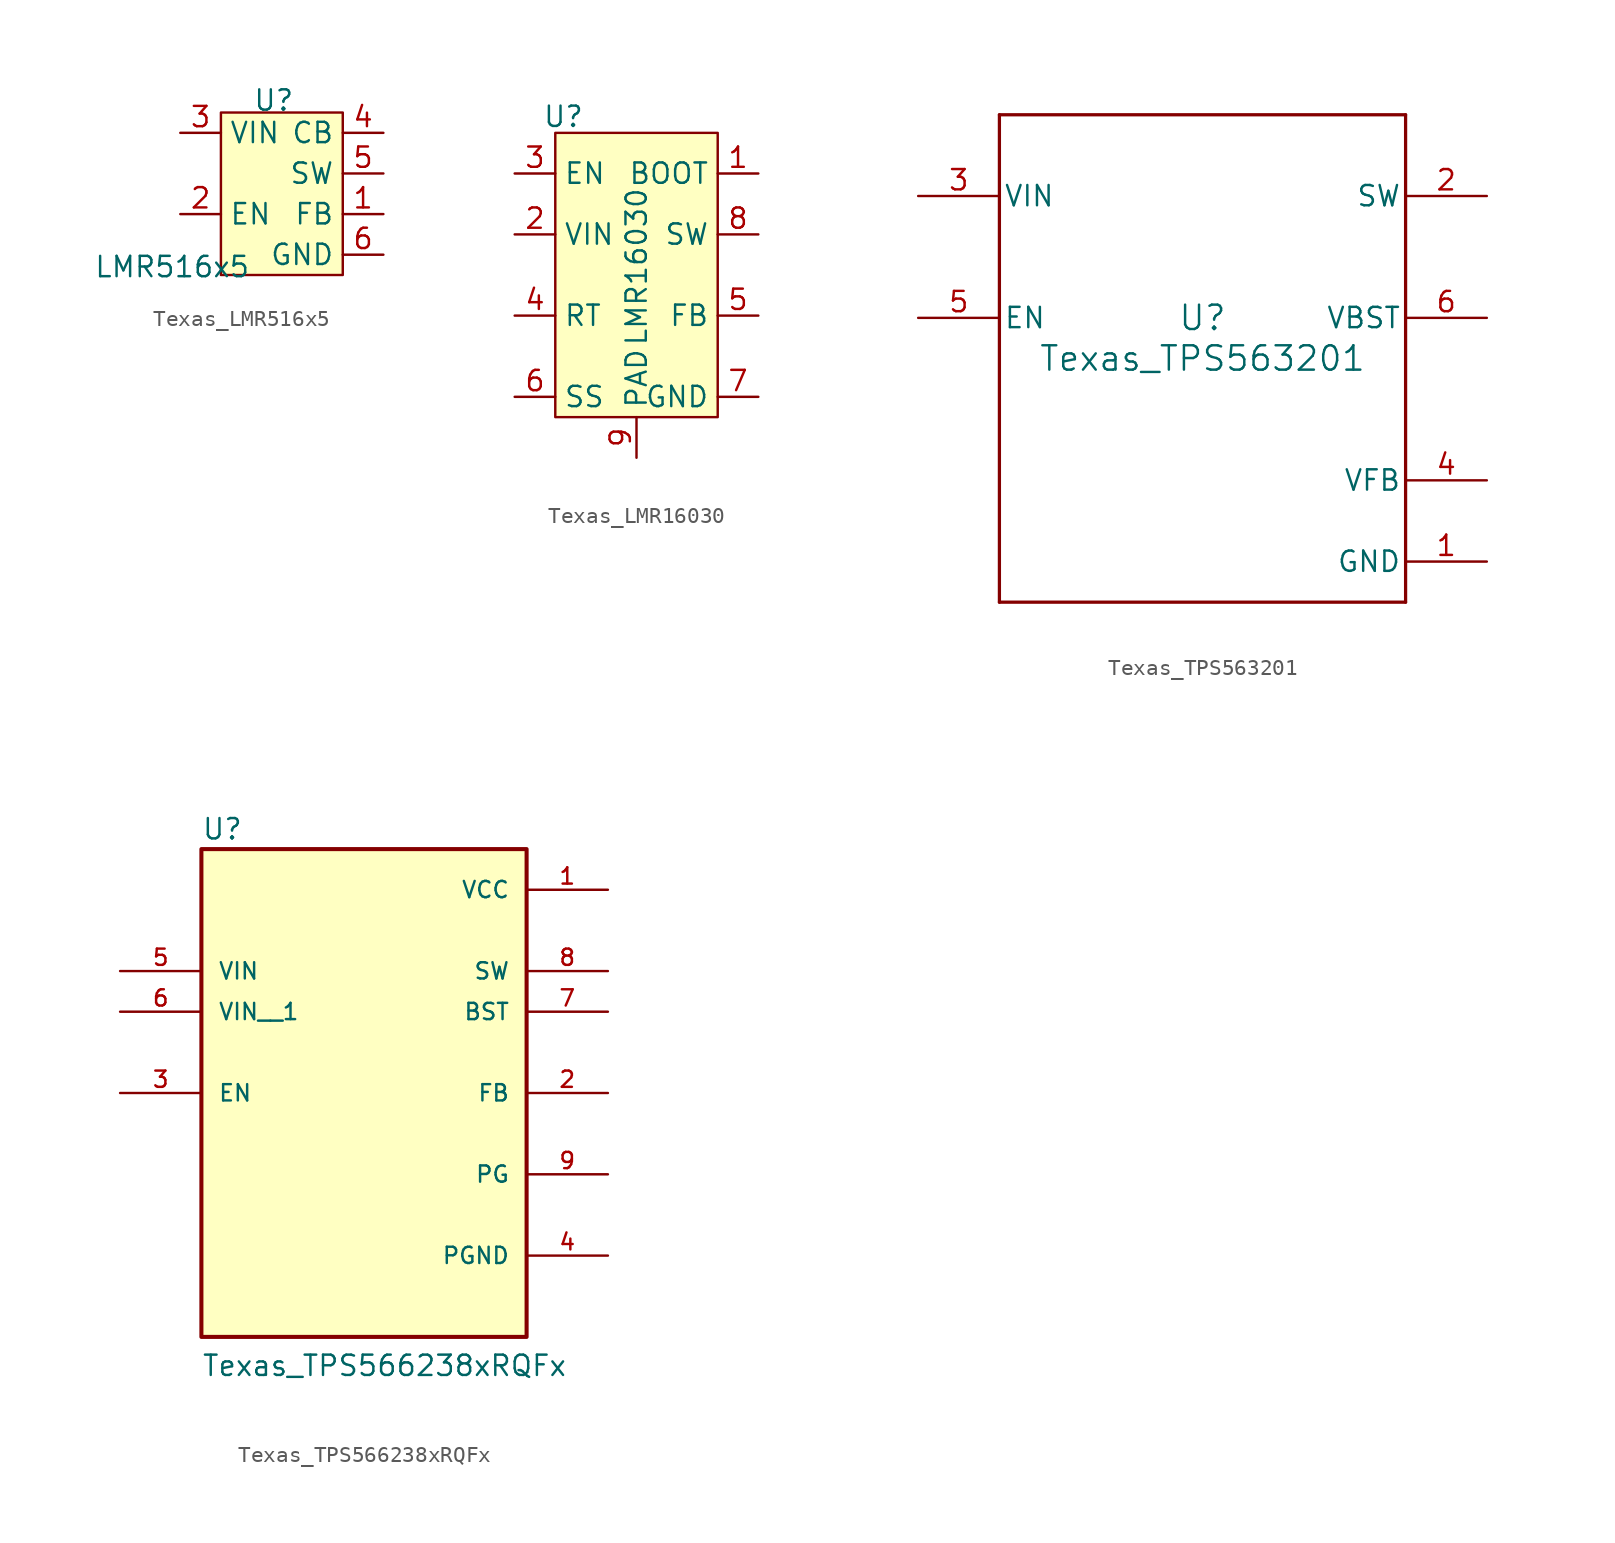
<source format=kicad_sym>
(kicad_symbol_lib
  (version 20241209)
  (generator "kicad_symbol_editor")
  (generator_version "9.0")
  (symbol "Texas_LMR516x5"
    (property "Reference" "U"
      (at -0.508 5.842 0)
      (effects (font (size 1.27 1.27))))
    (property "Value" "LMR516x5"
      (at -6.858 -4.572 0)
      (effects (font (size 1.27 1.27))))
    (symbol "Texas_LMR516x5_1_1"
      (rectangle (start -3.81 5.08) (end 3.81 -5.08) (stroke (width 0) (type solid)) (fill (type background)))
      (pin power_in line (at -6.35 3.81 0) (length 2.54) (name "VIN" (effects (font (size 1.27 1.27)))) (number "3" (effects (font (size 1.27 1.27)))))
      (pin input line (at -6.35 -1.27 0) (length 2.54) (name "EN" (effects (font (size 1.27 1.27)))) (number "2" (effects (font (size 1.27 1.27)))))
      (pin power_in line (at 6.35 3.81 180) (length 2.54) (name "CB" (effects (font (size 1.27 1.27)))) (number "4" (effects (font (size 1.27 1.27)))))
      (pin power_out line (at 6.35 1.27 180) (length 2.54) (name "SW" (effects (font (size 1.27 1.27)))) (number "5" (effects (font (size 1.27 1.27)))))
      (pin input line (at 6.35 -1.27 180) (length 2.54) (name "FB" (effects (font (size 1.27 1.27)))) (number "1" (effects (font (size 1.27 1.27)))))
      (pin power_in line (at 6.35 -3.81 180) (length 2.54) (name "GND" (effects (font (size 1.27 1.27)))) (number "6" (effects (font (size 1.27 1.27)))))))
  (symbol "Texas_LMR16030"
    (property "Reference" "U"
      (at -4.572 9.906 0)
      (effects (font (size 1.27 1.27))))
    (property "Value" "LMR16030"
      (at 0 0.508 90)
      (effects (font (size 1.27 1.27))))
    (symbol "Texas_LMR16030_1_1"
      (rectangle (start -5.08 8.89) (end 5.08 -8.89) (stroke (width 0) (type solid)) (fill (type background)))
      (pin input line (at -7.62 6.35 0) (length 2.54) (name "EN" (effects (font (size 1.27 1.27)))) (number "3" (effects (font (size 1.27 1.27)))))
      (pin power_in line (at -7.62 2.54 0) (length 2.54) (name "VIN" (effects (font (size 1.27 1.27)))) (number "2" (effects (font (size 1.27 1.27)))))
      (pin input line (at -7.62 -2.54 0) (length 2.54) (name "RT" (effects (font (size 1.27 1.27)))) (number "4" (effects (font (size 1.27 1.27)))) (alternate "SYNC" input line))
      (pin input line (at -7.62 -7.62 0) (length 2.54) (name "SS" (effects (font (size 1.27 1.27)))) (number "6" (effects (font (size 1.27 1.27)))) (alternate "PGOOD" output line))
      (pin power_out line (at 0 -11.43 90) (length 2.54) (name "PAD" (effects (font (size 1.27 1.27)))) (number "9" (effects (font (size 1.27 1.27)))))
      (pin power_in line (at 7.62 6.35 180) (length 2.54) (name "BOOT" (effects (font (size 1.27 1.27)))) (number "1" (effects (font (size 1.27 1.27)))))
      (pin power_out line (at 7.62 2.54 180) (length 2.54) (name "SW" (effects (font (size 1.27 1.27)))) (number "8" (effects (font (size 1.27 1.27)))))
      (pin input line (at 7.62 -2.54 180) (length 2.54) (name "FB" (effects (font (size 1.27 1.27)))) (number "5" (effects (font (size 1.27 1.27)))))
      (pin power_out line (at 7.62 -7.62 180) (length 2.54) (name "GND" (effects (font (size 1.27 1.27)))) (number "7" (effects (font (size 1.27 1.27)))))))
  (symbol "Texas_TPS563201"
    (pin_names
      (offset 0.254))
    (property "Reference" "U"
      (at 0 2.54 0)
      (effects (font (size 1.524 1.524))))
    (property "Value" "Texas_TPS563201"
      (at 0 0 0)
      (effects (font (size 1.524 1.524))))
    (property "ki_locked" ""
      (at 0 0 0)
      (effects (font (size 1.27 1.27))))
    (symbol "Texas_TPS563201_0_1"
      (polyline (pts (xy -12.7 15.24) (xy -12.7 -15.24)) (stroke (width 0.203) (type default)) (fill (type none)))
      (polyline (pts (xy -12.7 -15.24) (xy 12.7 -15.24)) (stroke (width 0.203) (type default)) (fill (type none)))
      (polyline (pts (xy 12.7 15.24) (xy -12.7 15.24)) (stroke (width 0.203) (type default)) (fill (type none)))
      (polyline (pts (xy 12.7 -15.24) (xy 12.7 15.24)) (stroke (width 0.203) (type default)) (fill (type none)))
      (pin power_in line (at -17.78 10.16 0) (length 5.08) (name "VIN" (effects (font (size 1.27 1.27)))) (number "3" (effects (font (size 1.27 1.27)))))
      (pin input line (at -17.78 2.54 0) (length 5.08) (name "EN" (effects (font (size 1.27 1.27)))) (number "5" (effects (font (size 1.27 1.27)))))
      (pin power_in line (at 17.78 10.16 180) (length 5.08) (name "SW" (effects (font (size 1.27 1.27)))) (number "2" (effects (font (size 1.27 1.27)))))
      (pin power_in line (at 17.78 2.54 180) (length 5.08) (name "VBST" (effects (font (size 1.27 1.27)))) (number "6" (effects (font (size 1.27 1.27)))))
      (pin input line (at 17.78 -7.62 180) (length 5.08) (name "VFB" (effects (font (size 1.27 1.27)))) (number "4" (effects (font (size 1.27 1.27)))))
      (pin power_in line (at 17.78 -12.7 180) (length 5.08) (name "GND" (effects (font (size 1.27 1.27)))) (number "1" (effects (font (size 1.27 1.27)))))))
  (symbol "Texas_TPS566238xRQFx"
    (pin_names
      (offset 1.016))
    (property "Reference" "U"
      (at -10.16 13.208 0)
      (effects (font (size 1.27 1.27)) (justify left bottom)))
    (property "Value" "Texas_TPS566238xRQFx"
      (at -10.16 -20.32 0)
      (effects (font (size 1.27 1.27)) (justify left bottom)))
    (symbol "Texas_TPS566238xRQFx_0_0"
      (rectangle (start -10.16 -17.78) (end 10.16 12.7) (stroke (width 0.254) (type default)) (fill (type background)))
      (pin input line (at -15.24 5.08 0) (length 5.08) (name "VIN" (effects (font (size 1.016 1.016)))) (number "5" (effects (font (size 1.016 1.016)))))
      (pin input line (at -15.24 2.54 0) (length 5.08) (name "VIN__1" (effects (font (size 1.016 1.016)))) (number "6" (effects (font (size 1.016 1.016)))))
      (pin input line (at -15.24 -2.54 0) (length 5.08) (name "EN" (effects (font (size 1.016 1.016)))) (number "3" (effects (font (size 1.016 1.016)))))
      (pin power_in line (at 15.24 10.16 180) (length 5.08) (name "VCC" (effects (font (size 1.016 1.016)))) (number "1" (effects (font (size 1.016 1.016)))))
      (pin output line (at 15.24 5.08 180) (length 5.08) (name "SW" (effects (font (size 1.016 1.016)))) (number "8" (effects (font (size 1.016 1.016)))))
      (pin input line (at 15.24 2.54 180) (length 5.08) (name "BST" (effects (font (size 1.016 1.016)))) (number "7" (effects (font (size 1.016 1.016)))))
      (pin input line (at 15.24 -2.54 180) (length 5.08) (name "FB" (effects (font (size 1.016 1.016)))) (number "2" (effects (font (size 1.016 1.016)))))
      (pin output line (at 15.24 -7.62 180) (length 5.08) (name "PG" (effects (font (size 1.016 1.016)))) (number "9" (effects (font (size 1.016 1.016)))))
      (pin power_in line (at 15.24 -12.7 180) (length 5.08) (name "PGND" (effects (font (size 1.016 1.016)))) (number "4" (effects (font (size 1.016 1.016))))))))
</source>
